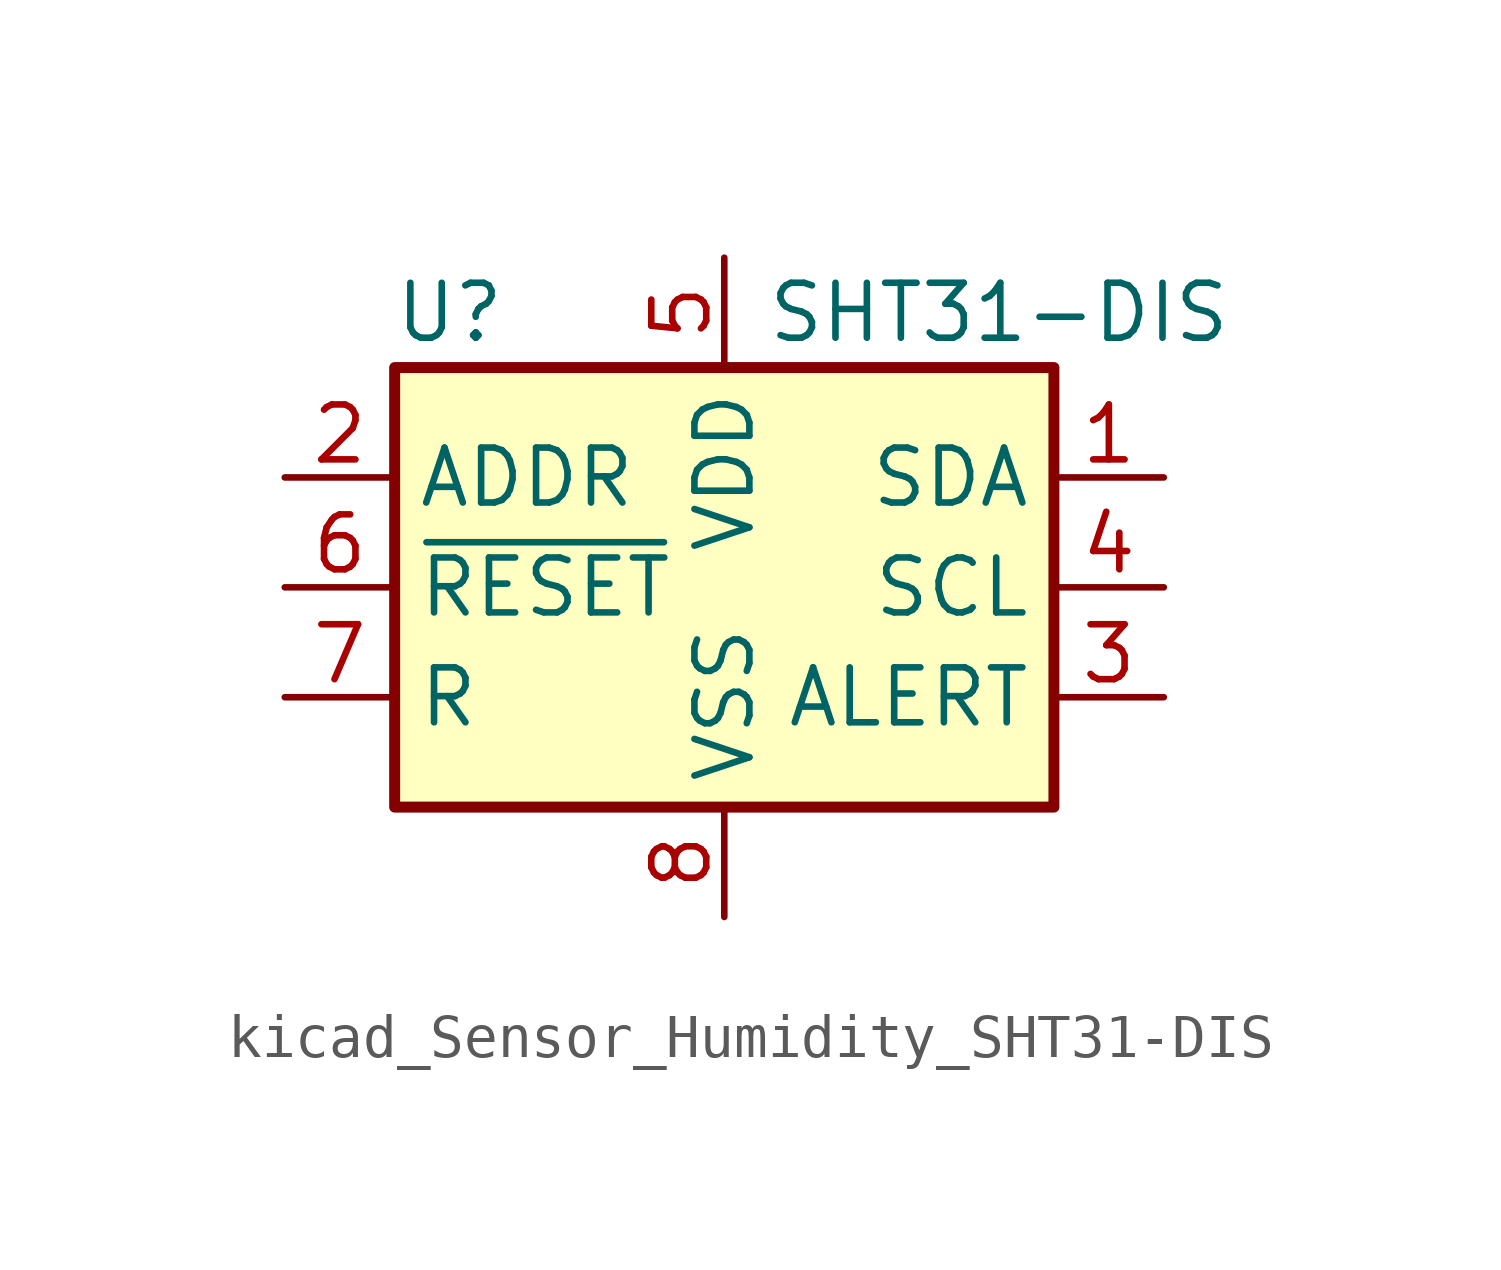
<source format=kicad_sym>
(kicad_symbol_lib
  (version 20220914)
  (generator kicad_symbol_editor)
  (symbol "kicad_Sensor_Humidity_SHT31-DIS"
    (property "Reference" "U"
      (at -6.35 6.35 0)
      (effects (font (size 1.27 1.27))))
    (property "Value" "SHT31-DIS"
      (at 6.35 6.35 0)
      (effects (font (size 1.27 1.27))))
    (symbol "kicad_Sensor_Humidity_SHT31-DIS_0_1"
      (rectangle (start -7.62 5.08) (end 7.62 -5.08) (stroke (width 0.254) (type default)) (fill (type background))))
    (symbol "kicad_Sensor_Humidity_SHT31-DIS_1_1"
      (pin bidirectional line (at 10.16 2.54 180) (length 2.54) (name "SDA" (effects (font (size 1.27 1.27)))) (number "1" (effects (font (size 1.27 1.27)))))
      (pin input line (at -10.16 2.54 0) (length 2.54) (name "ADDR" (effects (font (size 1.27 1.27)))) (number "2" (effects (font (size 1.27 1.27)))))
      (pin output line (at 10.16 -2.54 180) (length 2.54) (name "ALERT" (effects (font (size 1.27 1.27)))) (number "3" (effects (font (size 1.27 1.27)))))
      (pin input line (at 10.16 0 180) (length 2.54) (name "SCL" (effects (font (size 1.27 1.27)))) (number "4" (effects (font (size 1.27 1.27)))))
      (pin power_in line (at 0 7.62 270) (length 2.54) (name "VDD" (effects (font (size 1.27 1.27)))) (number "5" (effects (font (size 1.27 1.27)))))
      (pin input line (at -10.16 0 0) (length 2.54) (name "~{RESET}" (effects (font (size 1.27 1.27)))) (number "6" (effects (font (size 1.27 1.27)))))
      (pin passive line (at -10.16 -2.54 0) (length 2.54) (name "R" (effects (font (size 1.27 1.27)))) (number "7" (effects (font (size 1.27 1.27)))))
      (pin power_in line (at 0 -7.62 90) (length 2.54) (name "VSS" (effects (font (size 1.27 1.27)))) (number "8" (effects (font (size 1.27 1.27)))))
      (pin passive line (at 0 -7.62 90) (length 2.54) hide (name "VSS" (effects (font (size 1.27 1.27)))) (number "9" (effects (font (size 1.27 1.27))))))))
</source>
